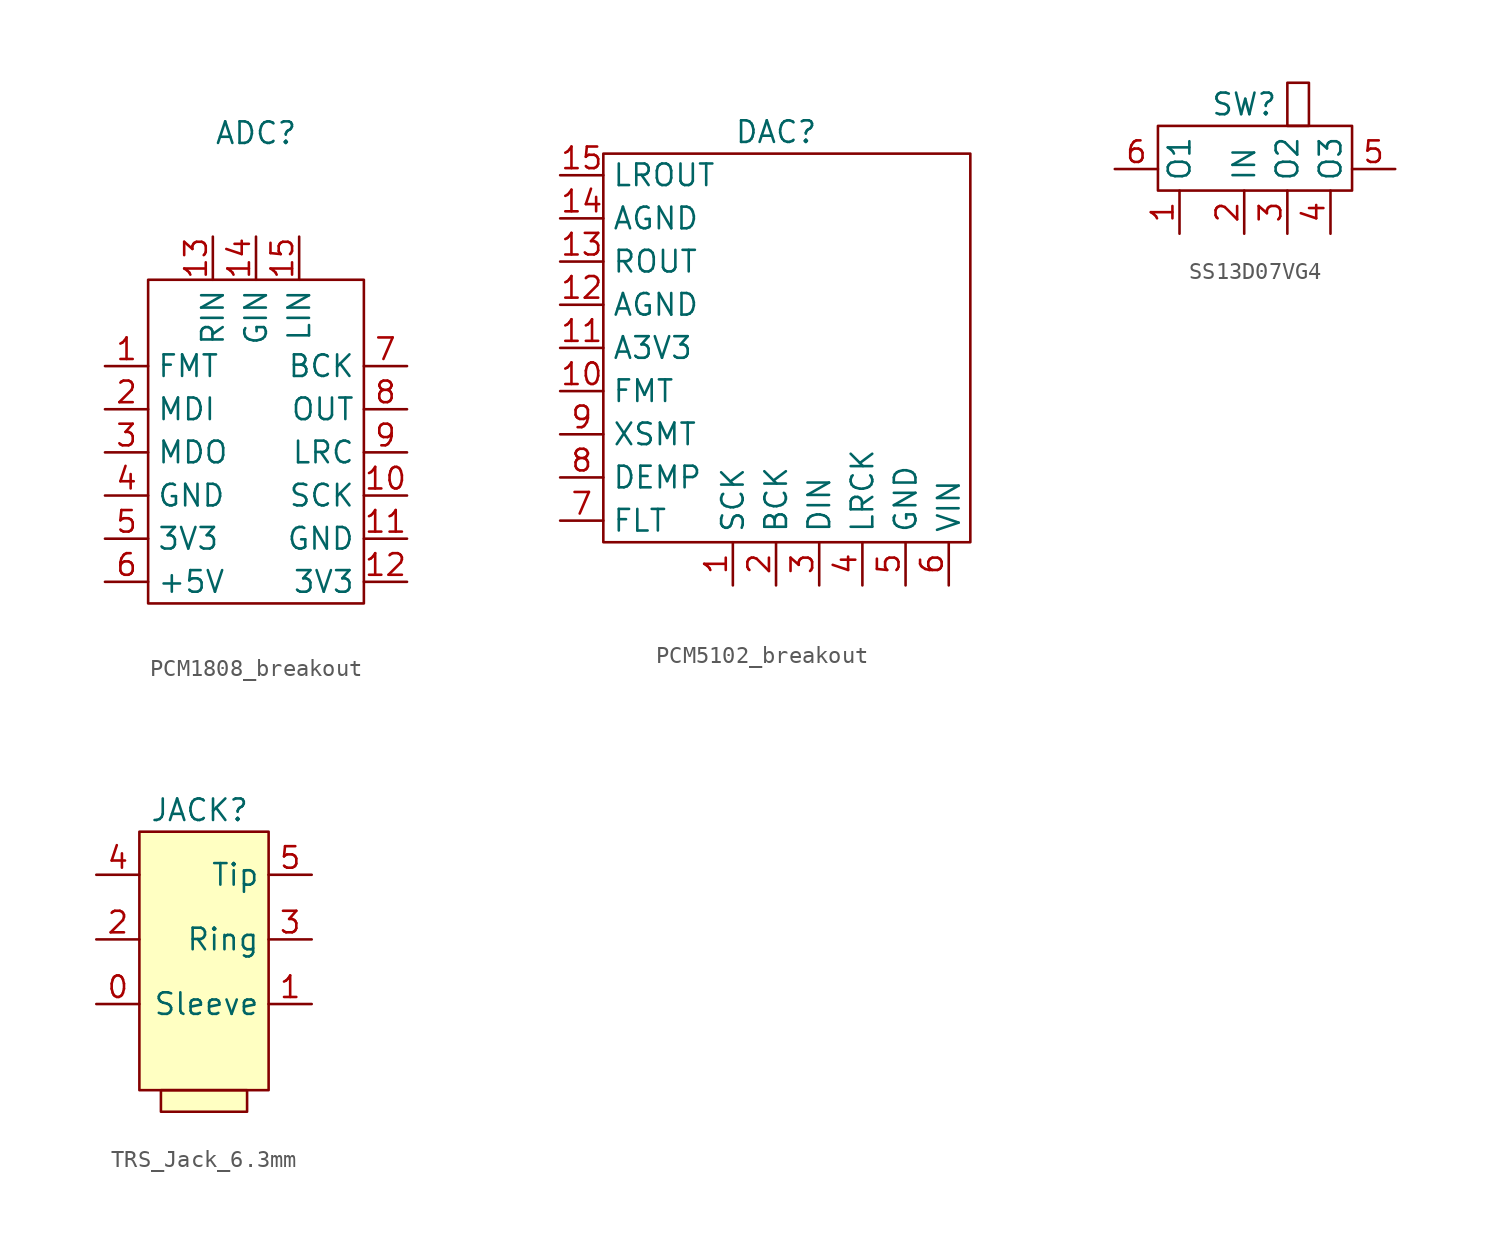
<source format=kicad_sym>
(kicad_symbol_lib
  (version 20241209)
  (generator "kicad_symbol_editor")
  (generator_version "9.0")
  (symbol "PCM1808_breakout"
    (property "Reference" "ADC"
      (at 0 7.366 0)
      (effects (font (size 1.27 1.27))))
    (property "Value" ""
      (at 0 0 0)
      (effects (font (size 1.27 1.27))))
    (symbol "PCM1808_breakout_0_1"
      (rectangle (start 6.35 -20.32) (end -6.35 -1.27) (stroke (width 0) (type default)) (fill (type none))))
    (symbol "PCM1808_breakout_1_1"
      (pin input line (at -8.89 -6.35 0) (length 2.54) (name "FMT" (effects (font (size 1.27 1.27)))) (number "1" (effects (font (size 1.27 1.27)))))
      (pin input line (at -8.89 -8.89 0) (length 2.54) (name "MDI" (effects (font (size 1.27 1.27)))) (number "2" (effects (font (size 1.27 1.27)))))
      (pin output line (at -8.89 -11.43 0) (length 2.54) (name "MDO" (effects (font (size 1.27 1.27)))) (number "3" (effects (font (size 1.27 1.27)))))
      (pin power_in line (at -8.89 -13.97 0) (length 2.54) (name "GND" (effects (font (size 1.27 1.27)))) (number "4" (effects (font (size 1.27 1.27)))))
      (pin power_in line (at -8.89 -16.51 0) (length 2.54) (name "3V3" (effects (font (size 1.27 1.27)))) (number "5" (effects (font (size 1.27 1.27)))))
      (pin power_in line (at -8.89 -19.05 0) (length 2.54) (name "+5V" (effects (font (size 1.27 1.27)))) (number "6" (effects (font (size 1.27 1.27)))))
      (pin input line (at -2.54 1.27 270) (length 2.54) (name "RIN" (effects (font (size 1.27 1.27)))) (number "13" (effects (font (size 1.27 1.27)))))
      (pin input line (at 0 1.27 270) (length 2.54) (name "GIN" (effects (font (size 1.27 1.27)))) (number "14" (effects (font (size 1.27 1.27)))))
      (pin input line (at 2.54 1.27 270) (length 2.54) (name "LIN" (effects (font (size 1.27 1.27)))) (number "15" (effects (font (size 1.27 1.27)))))
      (pin output line (at 8.89 -6.35 180) (length 2.54) (name "BCK" (effects (font (size 1.27 1.27)))) (number "7" (effects (font (size 1.27 1.27)))))
      (pin output line (at 8.89 -8.89 180) (length 2.54) (name "OUT" (effects (font (size 1.27 1.27)))) (number "8" (effects (font (size 1.27 1.27)))))
      (pin output line (at 8.89 -11.43 180) (length 2.54) (name "LRC" (effects (font (size 1.27 1.27)))) (number "9" (effects (font (size 1.27 1.27)))))
      (pin output line (at 8.89 -13.97 180) (length 2.54) (name "SCK" (effects (font (size 1.27 1.27)))) (number "10" (effects (font (size 1.27 1.27)))))
      (pin power_in line (at 8.89 -16.51 180) (length 2.54) (name "GND" (effects (font (size 1.27 1.27)))) (number "11" (effects (font (size 1.27 1.27)))))
      (pin power_in line (at 8.89 -19.05 180) (length 2.54) (name "3V3" (effects (font (size 1.27 1.27)))) (number "12" (effects (font (size 1.27 1.27)))))))
  (symbol "PCM5102_breakout"
    (property "Reference" "DAC"
      (at 0 0 0)
      (effects (font (size 1.27 1.27))))
    (property "Value" ""
      (at 0 0 0)
      (effects (font (size 1.27 1.27))))
    (symbol "PCM5102_breakout_0_1"
      (rectangle (start -10.16 -1.27) (end 11.43 -24.13) (stroke (width 0) (type default)) (fill (type none))))
    (symbol "PCM5102_breakout_1_1"
      (pin output line (at -12.7 -2.54 0) (length 2.54) (name "LROUT" (effects (font (size 1.27 1.27)))) (number "15" (effects (font (size 1.27 1.27)))))
      (pin power_in line (at -12.7 -5.08 0) (length 2.54) (name "AGND" (effects (font (size 1.27 1.27)))) (number "14" (effects (font (size 1.27 1.27)))))
      (pin output line (at -12.7 -7.62 0) (length 2.54) (name "ROUT" (effects (font (size 1.27 1.27)))) (number "13" (effects (font (size 1.27 1.27)))))
      (pin power_in line (at -12.7 -10.16 0) (length 2.54) (name "AGND" (effects (font (size 1.27 1.27)))) (number "12" (effects (font (size 1.27 1.27)))))
      (pin power_in line (at -12.7 -12.7 0) (length 2.54) (name "A3V3" (effects (font (size 1.27 1.27)))) (number "11" (effects (font (size 1.27 1.27)))))
      (pin input line (at -12.7 -15.24 0) (length 2.54) (name "FMT" (effects (font (size 1.27 1.27)))) (number "10" (effects (font (size 1.27 1.27)))))
      (pin input line (at -12.7 -17.78 0) (length 2.54) (name "XSMT" (effects (font (size 1.27 1.27)))) (number "9" (effects (font (size 1.27 1.27)))))
      (pin input line (at -12.7 -20.32 0) (length 2.54) (name "DEMP" (effects (font (size 1.27 1.27)))) (number "8" (effects (font (size 1.27 1.27)))))
      (pin input line (at -12.7 -22.86 0) (length 2.54) (name "FLT" (effects (font (size 1.27 1.27)))) (number "7" (effects (font (size 1.27 1.27)))))
      (pin input line (at -2.54 -26.67 90) (length 2.54) (name "SCK" (effects (font (size 1.27 1.27)))) (number "1" (effects (font (size 1.27 1.27)))))
      (pin input line (at 0 -26.67 90) (length 2.54) (name "BCK" (effects (font (size 1.27 1.27)))) (number "2" (effects (font (size 1.27 1.27)))))
      (pin input line (at 2.54 -26.67 90) (length 2.54) (name "DIN" (effects (font (size 1.27 1.27)))) (number "3" (effects (font (size 1.27 1.27)))))
      (pin input line (at 5.08 -26.67 90) (length 2.54) (name "LRCK" (effects (font (size 1.27 1.27)))) (number "4" (effects (font (size 1.27 1.27)))))
      (pin power_in line (at 7.62 -26.67 90) (length 2.54) (name "GND" (effects (font (size 1.27 1.27)))) (number "5" (effects (font (size 1.27 1.27)))))
      (pin power_in line (at 10.16 -26.67 90) (length 2.54) (name "VIN" (effects (font (size 1.27 1.27)))) (number "6" (effects (font (size 1.27 1.27)))))))
  (symbol "SS13D07VG4"
    (property "Reference" "SW"
      (at 0 0 0)
      (effects (font (size 1.27 1.27))))
    (property "Value" ""
      (at 0 0 0)
      (effects (font (size 1.27 1.27))))
    (symbol "SS13D07VG4_0_1"
      (rectangle (start -5.08 -5.08) (end 6.35 -1.27) (stroke (width 0) (type default)) (fill (type none)))
      (rectangle (start 2.54 -1.27) (end 3.81 1.27) (stroke (width 0) (type default)) (fill (type none))))
    (symbol "SS13D07VG4_1_1"
      (pin passive line (at -7.62 -3.81 0) (length 2.54) (name "" (effects (font (size 1.27 1.27)))) (number "6" (effects (font (size 1.27 1.27)))))
      (pin passive line (at -3.81 -7.62 90) (length 2.54) (name "O1" (effects (font (size 1.27 1.27)))) (number "1" (effects (font (size 1.27 1.27)))))
      (pin passive line (at 0 -7.62 90) (length 2.54) (name "IN" (effects (font (size 1.27 1.27)))) (number "2" (effects (font (size 1.27 1.27)))))
      (pin passive line (at 2.54 -7.62 90) (length 2.54) (name "O2" (effects (font (size 1.27 1.27)))) (number "3" (effects (font (size 1.27 1.27)))))
      (pin passive line (at 5.08 -7.62 90) (length 2.54) (name "O3" (effects (font (size 1.27 1.27)))) (number "4" (effects (font (size 1.27 1.27)))))
      (pin passive line (at 8.89 -3.81 180) (length 2.54) (name "" (effects (font (size 1.27 1.27)))) (number "5" (effects (font (size 1.27 1.27)))))))
  (symbol "TRS_Jack_6.3mm"
    (property "Reference" "JACK"
      (at -0.254 7.62 0)
      (effects (font (size 1.27 1.27))))
    (property "Value" ""
      (at 0 0 90)
      (effects (font (size 1.27 1.27))))
    (symbol "TRS_Jack_6.3mm_1_1"
      (rectangle (start -3.81 -8.89) (end 3.81 6.35) (stroke (width 0) (type default)) (fill (type background)))
      (rectangle (start -2.54 -10.16) (end 2.54 -8.89) (stroke (width 0) (type default)) (fill (type background)))
      (pin input line (at -6.35 3.81 0) (length 2.54) (name "" (effects (font (size 1.27 1.27)))) (number "4" (effects (font (size 1.27 1.27)))))
      (pin input line (at -6.35 0 0) (length 2.54) (name "" (effects (font (size 1.27 1.27)))) (number "2" (effects (font (size 1.27 1.27)))))
      (pin input line (at -6.35 -3.81 0) (length 2.54) (name "" (effects (font (size 1.27 1.27)))) (number "0" (effects (font (size 1.27 1.27)))))
      (pin input line (at 6.35 3.81 180) (length 2.54) (name "Tip" (effects (font (size 1.27 1.27)))) (number "5" (effects (font (size 1.27 1.27)))))
      (pin input line (at 6.35 0 180) (length 2.54) (name "Ring" (effects (font (size 1.27 1.27)))) (number "3" (effects (font (size 1.27 1.27)))))
      (pin input line (at 6.35 -3.81 180) (length 2.54) (name "Sleeve" (effects (font (size 1.27 1.27)))) (number "1" (effects (font (size 1.27 1.27))))))))
</source>
